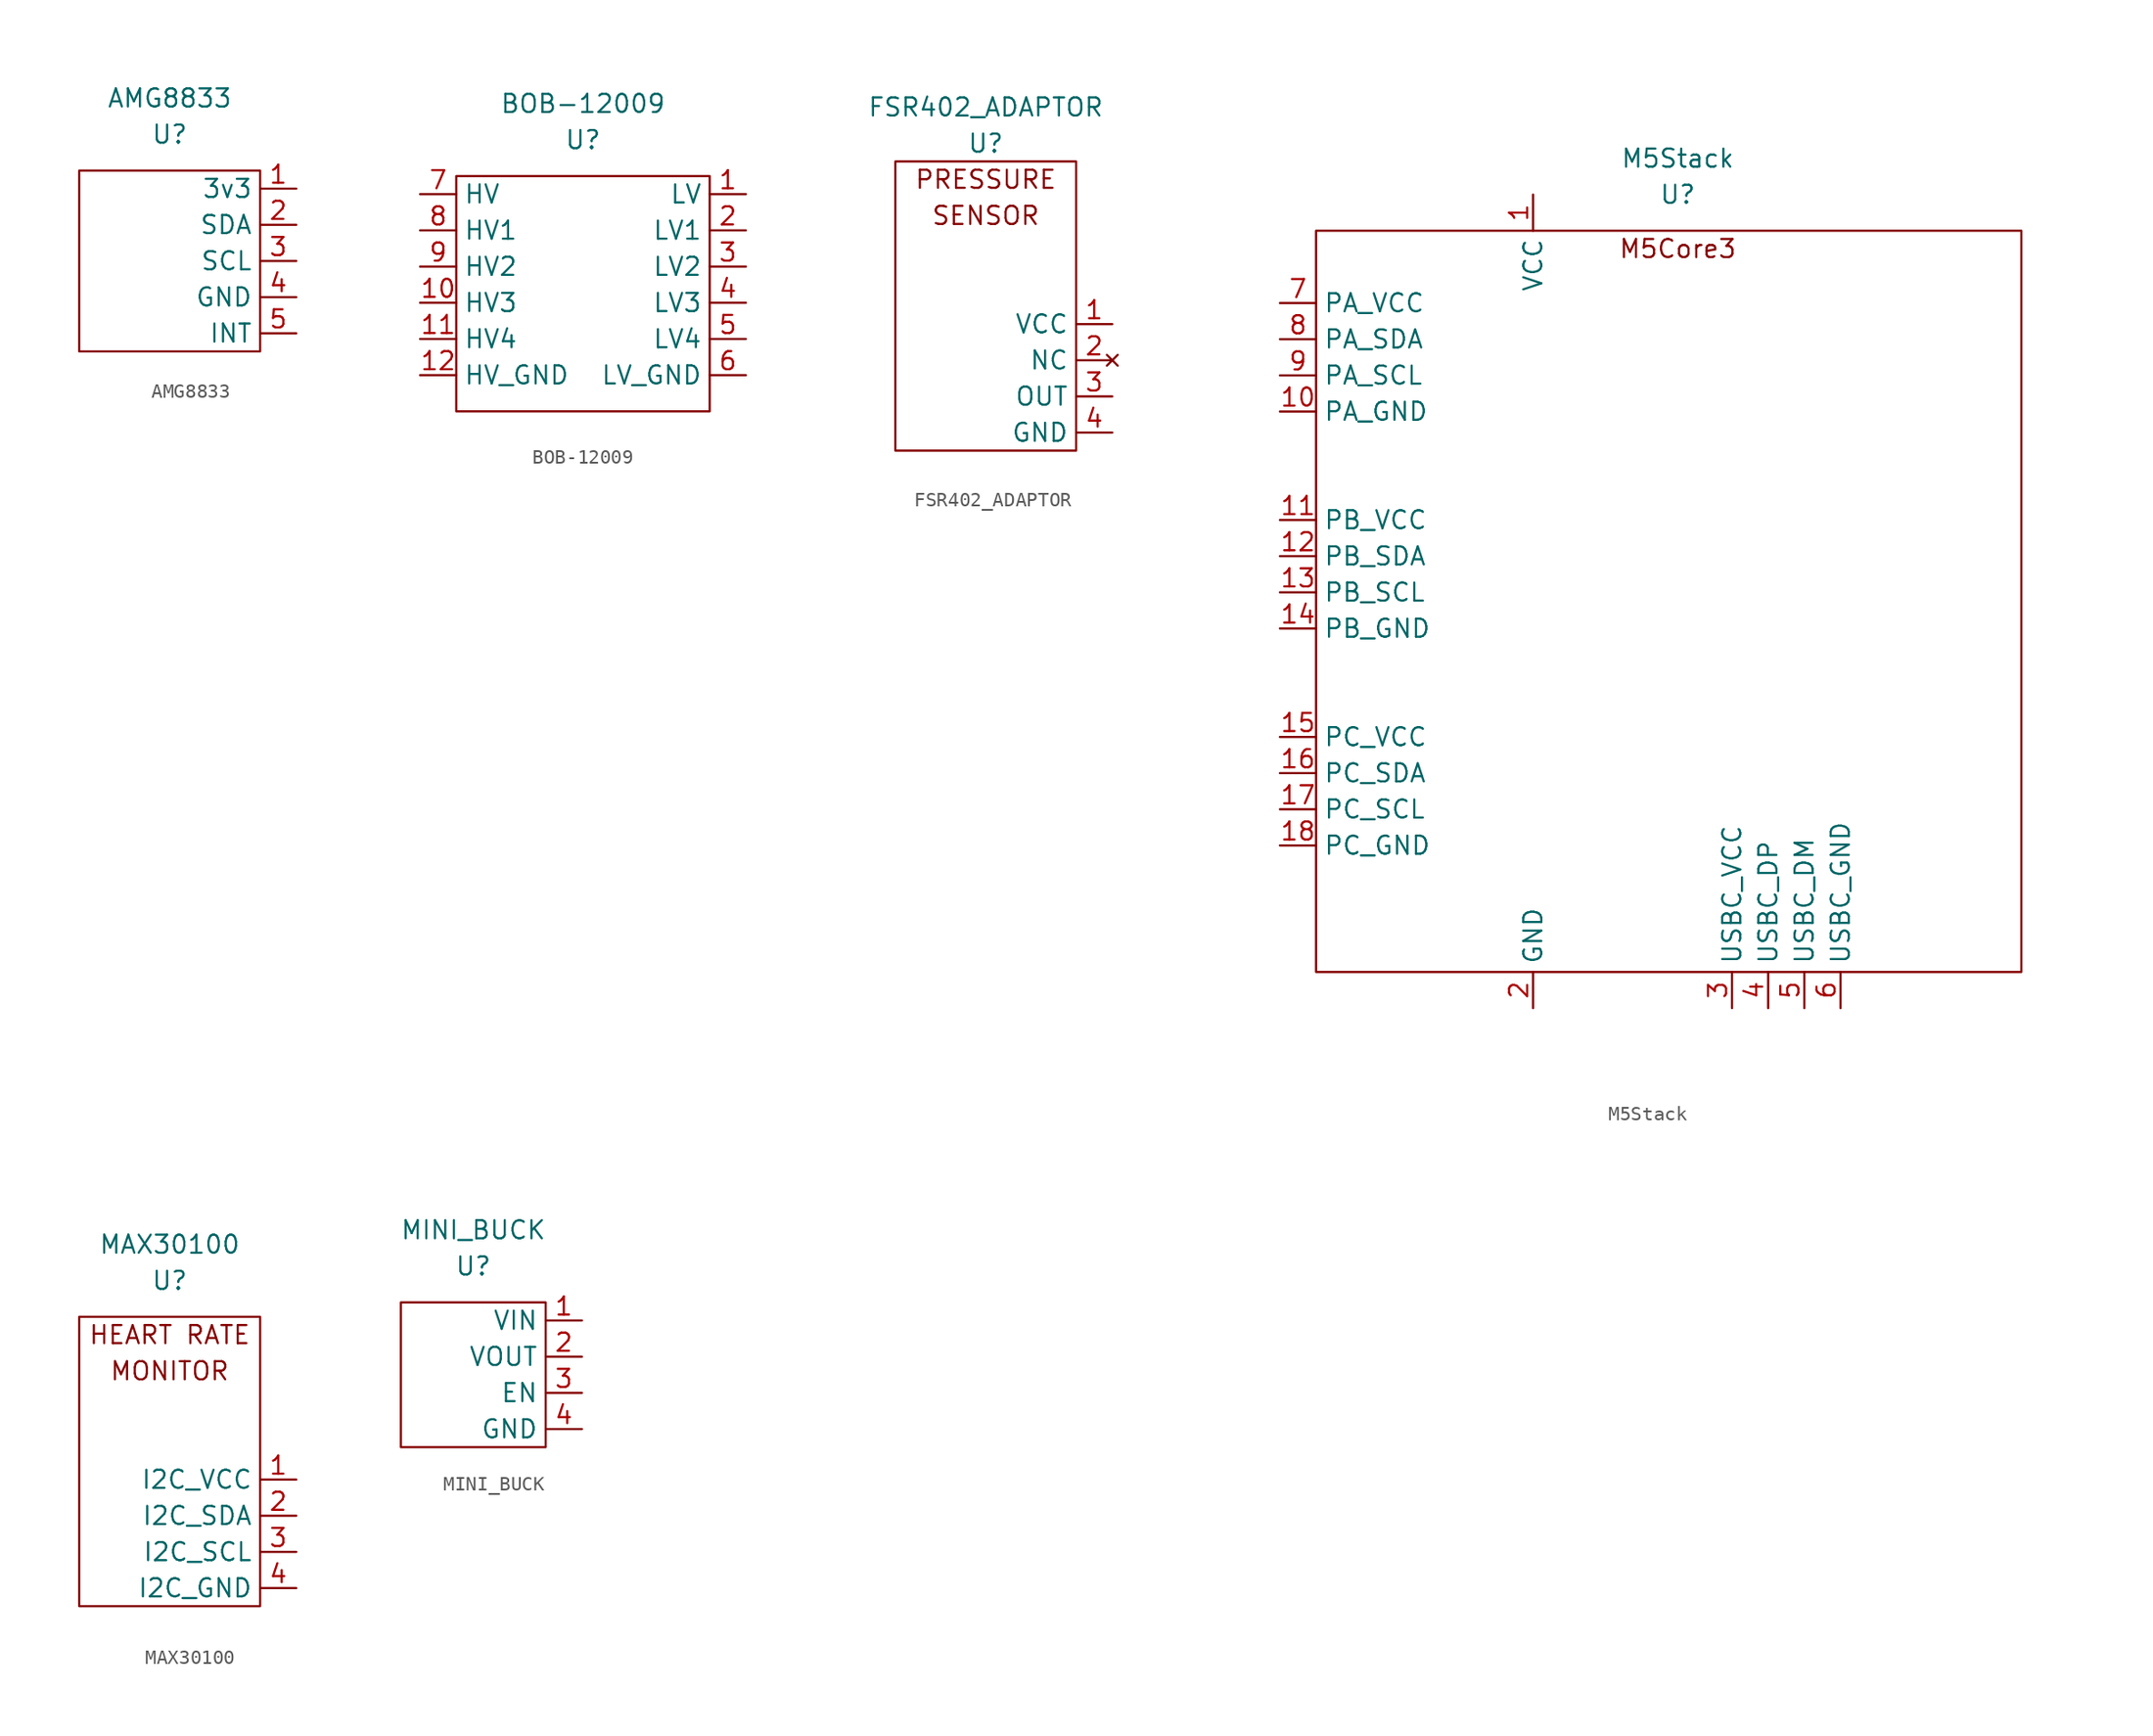
<source format=kicad_sym>
(kicad_symbol_lib
  (version 20211014)
  (generator kicad_symbol_editor)
  (symbol "AMG8833"
    (property "Reference" "U"
      (at 0 0 0)
      (effects (font (size 1.27 1.27))))
    (property "Value" "AMG8833"
      (at 0 2.54 0)
      (effects (font (size 1.27 1.27))))
    (symbol "AMG8833_0_0"
      (rectangle (start -6.35 -2.54) (end 6.35 -15.24) (stroke (width 0) (type default) (color 0 0 0 0)) (fill (type none))))
    (symbol "AMG8833_1_1"
      (pin power_in line (at 8.89 -3.81 180) (length 2.54) (name "3v3" (effects (font (size 1.27 1.27)))) (number "1" (effects (font (size 1.27 1.27)))))
      (pin bidirectional line (at 8.89 -6.35 180) (length 2.54) (name "SDA" (effects (font (size 1.27 1.27)))) (number "2" (effects (font (size 1.27 1.27)))))
      (pin bidirectional line (at 8.89 -8.89 180) (length 2.54) (name "SCL" (effects (font (size 1.27 1.27)))) (number "3" (effects (font (size 1.27 1.27)))))
      (pin power_in line (at 8.89 -11.43 180) (length 2.54) (name "GND" (effects (font (size 1.27 1.27)))) (number "4" (effects (font (size 1.27 1.27)))))
      (pin input line (at 8.89 -13.97 180) (length 2.54) (name "INT" (effects (font (size 1.27 1.27)))) (number "5" (effects (font (size 1.27 1.27)))))))
  (symbol "BOB-12009"
    (property "Reference" "U"
      (at 0 0 0)
      (effects (font (size 1.27 1.27))))
    (property "Value" "BOB-12009"
      (at 0 2.54 0)
      (effects (font (size 1.27 1.27))))
    (symbol "BOB-12009_0_0"
      (rectangle (start -8.89 -2.54) (end 8.89 -19.05) (stroke (width 0) (type default) (color 0 0 0 0)) (fill (type none))))
    (symbol "BOB-12009_1_1"
      (pin power_in line (at 11.43 -3.81 180) (length 2.54) (name "LV" (effects (font (size 1.27 1.27)))) (number "1" (effects (font (size 1.27 1.27)))))
      (pin bidirectional line (at -11.43 -11.43 0) (length 2.54) (name "HV3" (effects (font (size 1.27 1.27)))) (number "10" (effects (font (size 1.27 1.27)))))
      (pin bidirectional line (at -11.43 -13.97 0) (length 2.54) (name "HV4" (effects (font (size 1.27 1.27)))) (number "11" (effects (font (size 1.27 1.27)))))
      (pin power_in line (at -11.43 -16.51 0) (length 2.54) (name "HV_GND" (effects (font (size 1.27 1.27)))) (number "12" (effects (font (size 1.27 1.27)))))
      (pin bidirectional line (at 11.43 -6.35 180) (length 2.54) (name "LV1" (effects (font (size 1.27 1.27)))) (number "2" (effects (font (size 1.27 1.27)))))
      (pin bidirectional line (at 11.43 -8.89 180) (length 2.54) (name "LV2" (effects (font (size 1.27 1.27)))) (number "3" (effects (font (size 1.27 1.27)))))
      (pin bidirectional line (at 11.43 -11.43 180) (length 2.54) (name "LV3" (effects (font (size 1.27 1.27)))) (number "4" (effects (font (size 1.27 1.27)))))
      (pin bidirectional line (at 11.43 -13.97 180) (length 2.54) (name "LV4" (effects (font (size 1.27 1.27)))) (number "5" (effects (font (size 1.27 1.27)))))
      (pin power_in line (at 11.43 -16.51 180) (length 2.54) (name "LV_GND" (effects (font (size 1.27 1.27)))) (number "6" (effects (font (size 1.27 1.27)))))
      (pin power_in line (at -11.43 -3.81 0) (length 2.54) (name "HV" (effects (font (size 1.27 1.27)))) (number "7" (effects (font (size 1.27 1.27)))))
      (pin bidirectional line (at -11.43 -6.35 0) (length 2.54) (name "HV1" (effects (font (size 1.27 1.27)))) (number "8" (effects (font (size 1.27 1.27)))))
      (pin bidirectional line (at -11.43 -8.89 0) (length 2.54) (name "HV2" (effects (font (size 1.27 1.27)))) (number "9" (effects (font (size 1.27 1.27)))))))
  (symbol "FSR402_ADAPTOR"
    (property "Reference" "U"
      (at 0 0 0)
      (effects (font (size 1.27 1.27))))
    (property "Value" "FSR402_ADAPTOR"
      (at 0 2.54 0)
      (effects (font (size 1.27 1.27))))
    (symbol "FSR402_ADAPTOR_0_0"
      (rectangle (start -6.35 -1.27) (end 6.35 -21.59) (stroke (width 0) (type default) (color 0 0 0 0)) (fill (type none)))
      (text "PRESSURE" (at 0 -2.54 0) (effects (font (size 1.27 1.27))))
      (text "SENSOR" (at 0 -5.08 0) (effects (font (size 1.27 1.27)))))
    (symbol "FSR402_ADAPTOR_1_1"
      (pin input line (at 8.89 -12.7 180) (length 2.54) (name "VCC" (effects (font (size 1.27 1.27)))) (number "1" (effects (font (size 1.27 1.27)))))
      (pin no_connect line (at 8.89 -15.24 180) (length 2.54) (name "NC" (effects (font (size 1.27 1.27)))) (number "2" (effects (font (size 1.27 1.27)))))
      (pin input line (at 8.89 -17.78 180) (length 2.54) (name "OUT" (effects (font (size 1.27 1.27)))) (number "3" (effects (font (size 1.27 1.27)))))
      (pin input line (at 8.89 -20.32 180) (length 2.54) (name "GND" (effects (font (size 1.27 1.27)))) (number "4" (effects (font (size 1.27 1.27)))))))
  (symbol "M5Stack"
    (property "Reference" "U"
      (at 0 0 0)
      (effects (font (size 1.27 1.27))))
    (property "Value" "M5Stack"
      (at 0 2.54 0)
      (effects (font (size 1.27 1.27))))
    (symbol "M5Stack_0_0"
      (text "M5Core3" (at 0 -3.81 0) (effects (font (size 1.27 1.27)))))
    (symbol "M5Stack_0_1"
      (rectangle (start -25.4 -2.54) (end 24.13 -54.61) (stroke (width 0) (type default) (color 0 0 0 0)) (fill (type none))))
    (symbol "M5Stack_1_1"
      (pin power_in line (at -10.16 0 270) (length 2.54) (name "VCC" (effects (font (size 1.27 1.27)))) (number "1" (effects (font (size 1.27 1.27)))))
      (pin bidirectional line (at -27.94 -15.24 0) (length 2.54) (name "PA_GND" (effects (font (size 1.27 1.27)))) (number "10" (effects (font (size 1.27 1.27)))))
      (pin bidirectional line (at -27.94 -22.86 0) (length 2.54) (name "PB_VCC" (effects (font (size 1.27 1.27)))) (number "11" (effects (font (size 1.27 1.27)))))
      (pin bidirectional line (at -27.94 -25.4 0) (length 2.54) (name "PB_SDA" (effects (font (size 1.27 1.27)))) (number "12" (effects (font (size 1.27 1.27)))))
      (pin bidirectional line (at -27.94 -27.94 0) (length 2.54) (name "PB_SCL" (effects (font (size 1.27 1.27)))) (number "13" (effects (font (size 1.27 1.27)))))
      (pin bidirectional line (at -27.94 -30.48 0) (length 2.54) (name "PB_GND" (effects (font (size 1.27 1.27)))) (number "14" (effects (font (size 1.27 1.27)))))
      (pin bidirectional line (at -27.94 -38.1 0) (length 2.54) (name "PC_VCC" (effects (font (size 1.27 1.27)))) (number "15" (effects (font (size 1.27 1.27)))))
      (pin bidirectional line (at -27.94 -40.64 0) (length 2.54) (name "PC_SDA" (effects (font (size 1.27 1.27)))) (number "16" (effects (font (size 1.27 1.27)))))
      (pin bidirectional line (at -27.94 -43.18 0) (length 2.54) (name "PC_SCL" (effects (font (size 1.27 1.27)))) (number "17" (effects (font (size 1.27 1.27)))))
      (pin bidirectional line (at -27.94 -45.72 0) (length 2.54) (name "PC_GND" (effects (font (size 1.27 1.27)))) (number "18" (effects (font (size 1.27 1.27)))))
      (pin power_in line (at -10.16 -57.15 90) (length 2.54) (name "GND" (effects (font (size 1.27 1.27)))) (number "2" (effects (font (size 1.27 1.27)))))
      (pin bidirectional line (at 3.81 -57.15 90) (length 2.54) (name "USBC_VCC" (effects (font (size 1.27 1.27)))) (number "3" (effects (font (size 1.27 1.27)))))
      (pin bidirectional line (at 6.35 -57.15 90) (length 2.54) (name "USBC_DP" (effects (font (size 1.27 1.27)))) (number "4" (effects (font (size 1.27 1.27)))))
      (pin bidirectional line (at 8.89 -57.15 90) (length 2.54) (name "USBC_DM" (effects (font (size 1.27 1.27)))) (number "5" (effects (font (size 1.27 1.27)))))
      (pin bidirectional line (at 11.43 -57.15 90) (length 2.54) (name "USBC_GND" (effects (font (size 1.27 1.27)))) (number "6" (effects (font (size 1.27 1.27)))))
      (pin bidirectional line (at -27.94 -7.62 0) (length 2.54) (name "PA_VCC" (effects (font (size 1.27 1.27)))) (number "7" (effects (font (size 1.27 1.27)))))
      (pin bidirectional line (at -27.94 -10.16 0) (length 2.54) (name "PA_SDA" (effects (font (size 1.27 1.27)))) (number "8" (effects (font (size 1.27 1.27)))))
      (pin bidirectional line (at -27.94 -12.7 0) (length 2.54) (name "PA_SCL" (effects (font (size 1.27 1.27)))) (number "9" (effects (font (size 1.27 1.27)))))))
  (symbol "MAX30100"
    (property "Reference" "U"
      (at 0 0 0)
      (effects (font (size 1.27 1.27))))
    (property "Value" "MAX30100"
      (at 0 2.54 0)
      (effects (font (size 1.27 1.27))))
    (symbol "MAX30100_0_0"
      (rectangle (start -6.35 -2.54) (end 6.35 -22.86) (stroke (width 0) (type default) (color 0 0 0 0)) (fill (type none)))
      (text "HEART RATE" (at 0 -3.81 0) (effects (font (size 1.27 1.27))))
      (text "MONITOR" (at 0 -6.35 0) (effects (font (size 1.27 1.27)))))
    (symbol "MAX30100_1_1"
      (pin input line (at 8.89 -13.97 180) (length 2.54) (name "I2C_VCC" (effects (font (size 1.27 1.27)))) (number "1" (effects (font (size 1.27 1.27)))))
      (pin input line (at 8.89 -16.51 180) (length 2.54) (name "I2C_SDA" (effects (font (size 1.27 1.27)))) (number "2" (effects (font (size 1.27 1.27)))))
      (pin input line (at 8.89 -19.05 180) (length 2.54) (name "I2C_SCL" (effects (font (size 1.27 1.27)))) (number "3" (effects (font (size 1.27 1.27)))))
      (pin input line (at 8.89 -21.59 180) (length 2.54) (name "I2C_GND" (effects (font (size 1.27 1.27)))) (number "4" (effects (font (size 1.27 1.27)))))))
  (symbol "MINI_BUCK"
    (property "Reference" "U"
      (at 0 0 0)
      (effects (font (size 1.27 1.27))))
    (property "Value" "MINI_BUCK"
      (at 0 2.54 0)
      (effects (font (size 1.27 1.27))))
    (symbol "MINI_BUCK_0_0"
      (rectangle (start -5.08 -2.54) (end 5.08 -12.7) (stroke (width 0) (type default) (color 0 0 0 0)) (fill (type none))))
    (symbol "MINI_BUCK_1_1"
      (pin power_in line (at 7.62 -3.81 180) (length 2.54) (name "VIN" (effects (font (size 1.27 1.27)))) (number "1" (effects (font (size 1.27 1.27)))))
      (pin power_out line (at 7.62 -6.35 180) (length 2.54) (name "VOUT" (effects (font (size 1.27 1.27)))) (number "2" (effects (font (size 1.27 1.27)))))
      (pin input line (at 7.62 -8.89 180) (length 2.54) (name "EN" (effects (font (size 1.27 1.27)))) (number "3" (effects (font (size 1.27 1.27)))))
      (pin power_in line (at 7.62 -11.43 180) (length 2.54) (name "GND" (effects (font (size 1.27 1.27)))) (number "4" (effects (font (size 1.27 1.27))))))))
</source>
